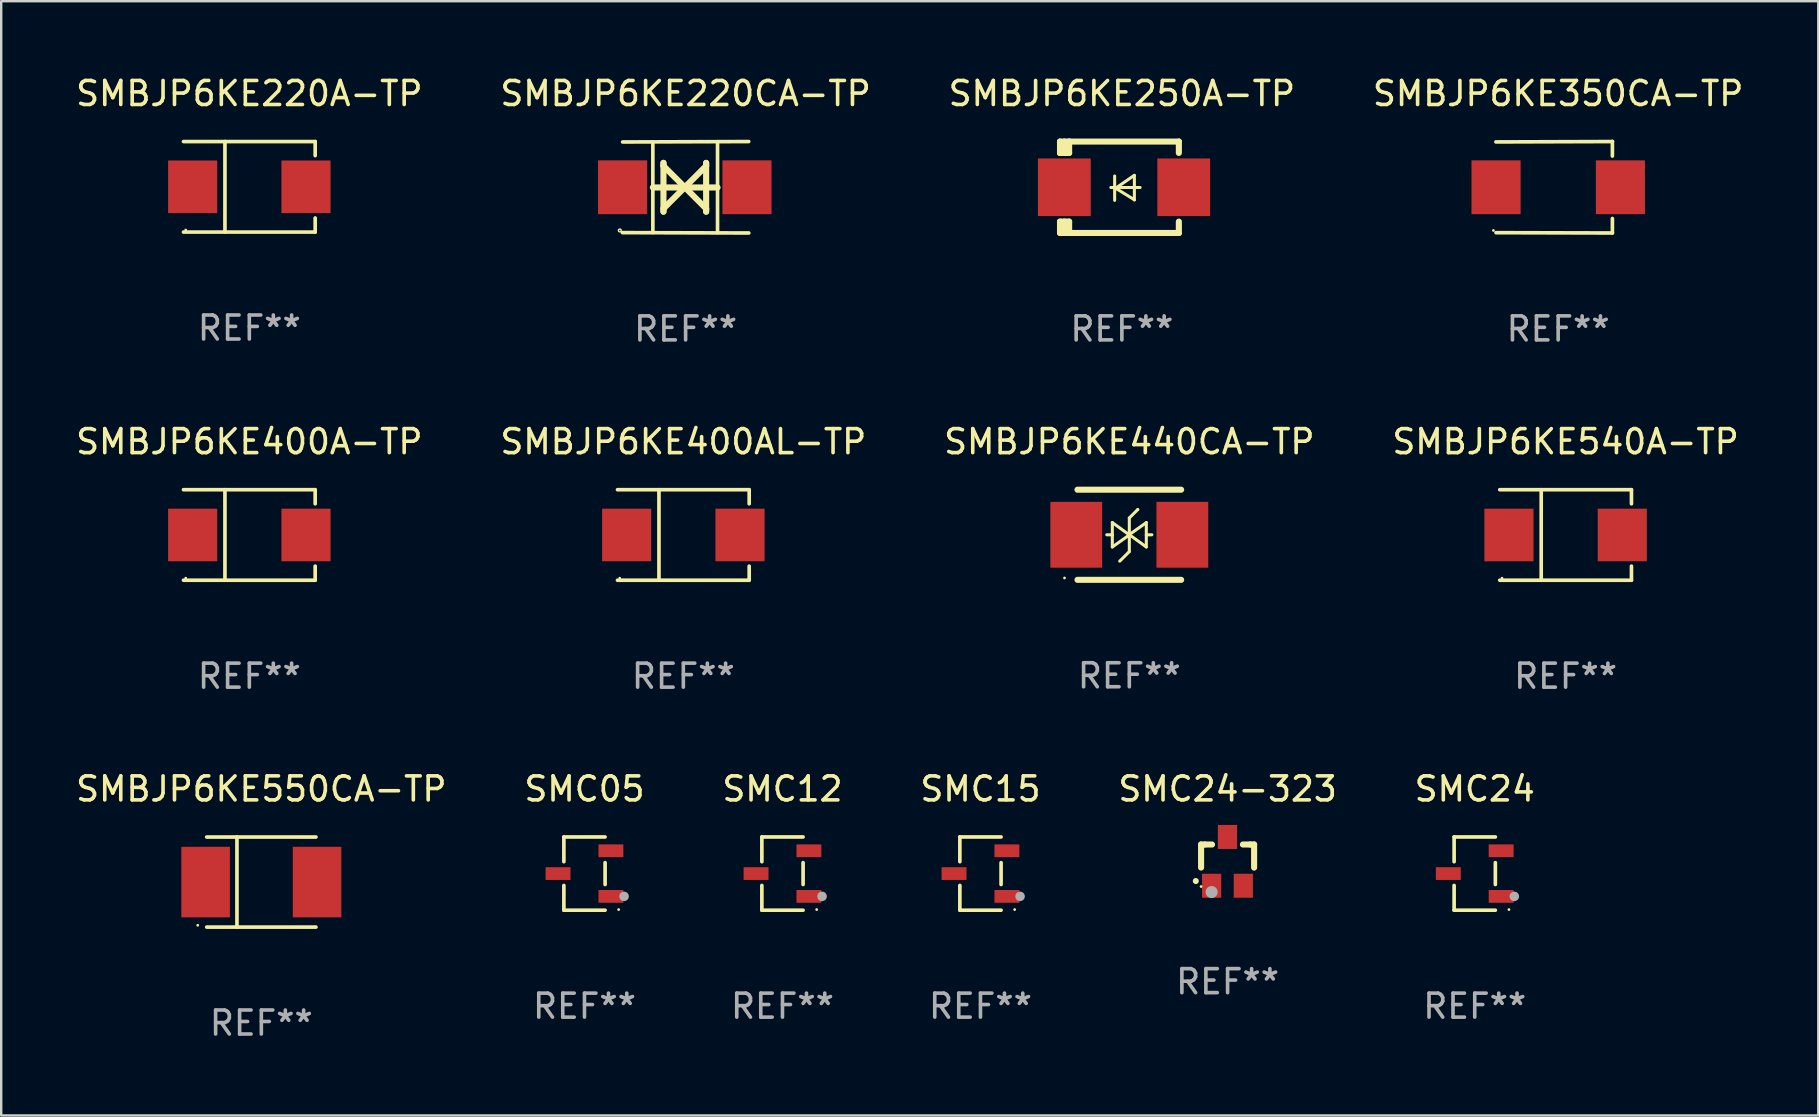
<source format=kicad_pcb>
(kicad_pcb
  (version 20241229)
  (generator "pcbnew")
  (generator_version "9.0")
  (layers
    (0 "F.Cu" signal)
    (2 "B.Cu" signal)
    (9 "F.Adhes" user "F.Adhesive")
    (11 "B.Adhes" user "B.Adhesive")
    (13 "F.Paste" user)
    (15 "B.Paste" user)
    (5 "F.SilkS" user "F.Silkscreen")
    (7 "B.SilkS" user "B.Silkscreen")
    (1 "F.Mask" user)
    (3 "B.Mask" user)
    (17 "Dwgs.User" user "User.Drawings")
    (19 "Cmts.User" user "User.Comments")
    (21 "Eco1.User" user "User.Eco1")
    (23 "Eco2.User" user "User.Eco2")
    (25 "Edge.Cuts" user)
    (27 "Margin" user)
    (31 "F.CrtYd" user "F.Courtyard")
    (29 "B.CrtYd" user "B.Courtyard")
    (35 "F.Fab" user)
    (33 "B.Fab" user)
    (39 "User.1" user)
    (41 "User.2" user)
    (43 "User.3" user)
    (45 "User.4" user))
  (footprint "SMC24"
    (layer "F.Cu")
    (at 58.399 33.35)
    (property "Reference" "SMC24" (at 0 -3.526 0) (layer "F.SilkS") (effects (font (size 1 1) (thickness 0.15))))
    (attr through_hole)
    (fp_line (start -0.859 -1.526) (end -0.859 -0.495) (stroke (width 0.152) (type solid)) (layer "F.SilkS"))
    (fp_line (start -0.859 1.526) (end -0.859 0.495) (stroke (width 0.152) (type solid)) (layer "F.SilkS"))
    (fp_line (start 0.859 -1.526) (end -0.859 -1.526) (stroke (width 0.152) (type solid)) (layer "F.SilkS"))
    (fp_line (start 0.859 -0.455) (end 0.859 0.455) (stroke (width 0.152) (type solid)) (layer "F.SilkS"))
    (fp_line (start 0.859 1.526) (end -0.859 1.526) (stroke (width 0.152) (type solid)) (layer "F.SilkS"))
    (fp_circle (center 1.425 1.5) (end 1.455 1.5) (stroke (width 0.06) (type solid)) (fill no) (layer "F.SilkS"))
    (fp_circle (center 1.65 0.95) (end 1.75 0.95) (stroke (width 0.2) (type solid)) (fill no) (layer "F.Fab"))
    (fp_text user "REF**" (at 0 5.526 0) (layer "F.Fab") (effects (font (size 1 1) (thickness 0.15))))
    (pad "1" smd rect (at 1.101 0.95) (size 1.037 0.532) (layers "F.Cu" "F.Mask" "F.Paste"))
    (pad "2" smd rect (at 1.101 -0.95) (size 1.037 0.532) (layers "F.Cu" "F.Mask" "F.Paste"))
    (pad "3" smd rect (at -1.101 0) (size 1.037 0.532) (layers "F.Cu" "F.Mask" "F.Paste")))
  (footprint "SMBJP6KE400A-TP"
    (layer "F.Cu")
    (at 7.339 19.241)
    (property "Reference" "SMBJP6KE400A-TP" (at 0 -3.886 0) (layer "F.SilkS") (effects (font (size 1 1) (thickness 0.15))))
    (attr through_hole)
    (fp_line (start -2.744 -1.886) (end 2.744 -1.886) (stroke (width 0.152) (type solid)) (layer "F.SilkS"))
    (fp_line (start -2.744 1.886) (end 2.744 1.886) (stroke (width 0.152) (type solid)) (layer "F.SilkS"))
    (fp_line (start -1.016 -1.886) (end -1.016 1.886) (stroke (width 0.152) (type solid)) (layer "F.SilkS"))
    (fp_line (start 2.744 -1.886) (end 2.744 -1.299) (stroke (width 0.152) (type solid)) (layer "F.SilkS"))
    (fp_line (start 2.744 1.886) (end 2.744 1.299) (stroke (width 0.152) (type solid)) (layer "F.SilkS"))
    (fp_circle (center -2.65 1.8) (end -2.62 1.8) (stroke (width 0.06) (type solid)) (fill no) (layer "F.SilkS"))
    (fp_text user "REF**" (at 0 5.886 0) (layer "F.Fab") (effects (font (size 1 1) (thickness 0.15))))
    (pad "1" smd rect (at -2.361 0) (size 2.047 2.192) (layers "F.Cu" "F.Mask" "F.Paste"))
    (pad "2" smd rect (at 2.361 0) (size 2.047 2.192) (layers "F.Cu" "F.Mask" "F.Paste")))
  (footprint "SMBJP6KE540A-TP"
    (layer "F.Cu")
    (at 62.185 19.241)
    (property "Reference" "SMBJP6KE540A-TP" (at 0 -3.886 0) (layer "F.SilkS") (effects (font (size 1 1) (thickness 0.15))))
    (attr through_hole)
    (fp_line (start -2.744 -1.886) (end 2.744 -1.886) (stroke (width 0.152) (type solid)) (layer "F.SilkS"))
    (fp_line (start -2.744 1.886) (end 2.744 1.886) (stroke (width 0.152) (type solid)) (layer "F.SilkS"))
    (fp_line (start -1.016 -1.886) (end -1.016 1.886) (stroke (width 0.152) (type solid)) (layer "F.SilkS"))
    (fp_line (start 2.744 -1.886) (end 2.744 -1.299) (stroke (width 0.152) (type solid)) (layer "F.SilkS"))
    (fp_line (start 2.744 1.886) (end 2.744 1.299) (stroke (width 0.152) (type solid)) (layer "F.SilkS"))
    (fp_circle (center -2.65 1.8) (end -2.62 1.8) (stroke (width 0.06) (type solid)) (fill no) (layer "F.SilkS"))
    (fp_text user "REF**" (at 0 5.886 0) (layer "F.Fab") (effects (font (size 1 1) (thickness 0.15))))
    (pad "1" smd rect (at -2.361 0) (size 2.047 2.192) (layers "F.Cu" "F.Mask" "F.Paste"))
    (pad "2" smd rect (at 2.361 0) (size 2.047 2.192) (layers "F.Cu" "F.Mask" "F.Paste")))
  (footprint "SMBJP6KE220CA-TP"
    (layer "F.Cu")
    (at 25.518 4.753)
    (property "Reference" "SMBJP6KE220CA-TP" (at 0 -3.905 0) (layer "F.SilkS") (effects (font (size 1 1) (thickness 0.15))))
    (attr through_hole)
    (fp_line (start -1.365 1.886) (end -1.365 -1.886) (stroke (width 0.152) (type solid)) (layer "F.SilkS"))
    (fp_line (start -1.365 0.008) (end 1.33 0.008) (stroke (width 0.254) (type solid)) (layer "F.SilkS"))
    (fp_line (start -0.923 -1.016) (end -0.923 1.016) (stroke (width 0.254) (type solid)) (layer "F.SilkS"))
    (fp_line (start -0.923 -0.889) (end -0.923 -1.016) (stroke (width 0.254) (type solid)) (layer "F.SilkS"))
    (fp_line (start -0.923 0.889) (end -0.034 0) (stroke (width 0.254) (type solid)) (layer "F.SilkS"))
    (fp_line (start -0.923 1.016) (end -0.923 0.889) (stroke (width 0.254) (type solid)) (layer "F.SilkS"))
    (fp_line (start -0.034 0) (end -0.923 -0.889) (stroke (width 0.254) (type solid)) (layer "F.SilkS"))
    (fp_line (start -0.034 0) (end 0.855 0.889) (stroke (width 0.254) (type solid)) (layer "F.SilkS"))
    (fp_line (start 0.855 -1.016) (end 0.855 -0.889) (stroke (width 0.254) (type solid)) (layer "F.SilkS"))
    (fp_line (start 0.855 -0.889) (end -0.034 0) (stroke (width 0.254) (type solid)) (layer "F.SilkS"))
    (fp_line (start 0.855 0.889) (end 0.855 1.016) (stroke (width 0.254) (type solid)) (layer "F.SilkS"))
    (fp_line (start 0.855 1.016) (end 0.855 -1.016) (stroke (width 0.254) (type solid)) (layer "F.SilkS"))
    (fp_line (start 1.33 1.886) (end 1.33 -1.886) (stroke (width 0.152) (type solid)) (layer "F.SilkS"))
    (fp_line (start 2.629 -1.905) (end -2.625 -1.887) (stroke (width 0.152) (type solid)) (layer "F.SilkS"))
    (fp_line (start 2.633 1.905) (end -2.633 1.89) (stroke (width 0.152) (type solid)) (layer "F.SilkS"))
    (fp_circle (center -2.741 1.8) (end -2.712 1.8) (stroke (width 0.06) (type solid)) (fill no) (layer "F.SilkS"))
    (fp_text user "REF**" (at 0 5.905 0) (layer "F.Fab") (effects (font (size 1 1) (thickness 0.15))))
    (pad "1" smd rect (at -2.625 0) (size 2.047 2.241) (layers "F.Cu" "F.Mask" "F.Paste"))
    (pad "2" smd rect (at 2.557 0) (size 2.047 2.241) (layers "F.Cu" "F.Mask" "F.Paste")))
  (footprint "SMBJP6KE400AL-TP"
    (layer "F.Cu")
    (at 25.423 19.241)
    (property "Reference" "SMBJP6KE400AL-TP" (at 0 -3.886 0) (layer "F.SilkS") (effects (font (size 1 1) (thickness 0.15))))
    (attr through_hole)
    (fp_line (start -2.744 -1.886) (end 2.744 -1.886) (stroke (width 0.152) (type solid)) (layer "F.SilkS"))
    (fp_line (start -2.744 1.886) (end 2.744 1.886) (stroke (width 0.152) (type solid)) (layer "F.SilkS"))
    (fp_line (start -1.016 -1.886) (end -1.016 1.886) (stroke (width 0.152) (type solid)) (layer "F.SilkS"))
    (fp_line (start 2.744 -1.886) (end 2.744 -1.299) (stroke (width 0.152) (type solid)) (layer "F.SilkS"))
    (fp_line (start 2.744 1.886) (end 2.744 1.299) (stroke (width 0.152) (type solid)) (layer "F.SilkS"))
    (fp_circle (center -2.65 1.8) (end -2.62 1.8) (stroke (width 0.06) (type solid)) (fill no) (layer "F.SilkS"))
    (fp_text user "REF**" (at 0 5.886 0) (layer "F.Fab") (effects (font (size 1 1) (thickness 0.15))))
    (pad "1" smd rect (at -2.361 0) (size 2.047 2.192) (layers "F.Cu" "F.Mask" "F.Paste"))
    (pad "2" smd rect (at 2.361 0) (size 2.047 2.192) (layers "F.Cu" "F.Mask" "F.Paste")))
  (footprint "SMBJP6KE550CA-TP"
    (layer "F.Cu")
    (at 7.839 33.702)
    (property "Reference" "SMBJP6KE550CA-TP" (at 0 -3.878 0) (layer "F.SilkS") (effects (font (size 1 1) (thickness 0.15))))
    (attr through_hole)
    (fp_line (start -2.276 -1.874) (end 2.276 -1.874) (stroke (width 0.152) (type solid)) (layer "F.SilkS"))
    (fp_line (start -2.276 1.878) (end 2.276 1.878) (stroke (width 0.152) (type solid)) (layer "F.SilkS"))
    (fp_line (start -1.016 -1.878) (end -1.016 1.874) (stroke (width 0.152) (type solid)) (layer "F.SilkS"))
    (fp_circle (center -2.65 1.802) (end -2.62 1.802) (stroke (width 0.06) (type solid)) (fill no) (layer "F.SilkS"))
    (fp_text user "REF**" (at 0 5.878 0) (layer "F.Fab") (effects (font (size 1 1) (thickness 0.15))))
    (pad "1" smd rect (at -2.322 0.002) (size 2.024 2.94) (layers "F.Cu" "F.Mask" "F.Paste"))
    (pad "2" smd rect (at 2.322 0.002) (size 2.024 2.94) (layers "F.Cu" "F.Mask" "F.Paste")))
  (footprint "SMBJP6KE220A-TP"
    (layer "F.Cu")
    (at 7.339 4.734)
    (property "Reference" "SMBJP6KE220A-TP" (at 0 -3.886 0) (layer "F.SilkS") (effects (font (size 1 1) (thickness 0.15))))
    (attr through_hole)
    (fp_line (start -2.744 -1.886) (end 2.744 -1.886) (stroke (width 0.152) (type solid)) (layer "F.SilkS"))
    (fp_line (start -2.744 1.886) (end 2.744 1.886) (stroke (width 0.152) (type solid)) (layer "F.SilkS"))
    (fp_line (start -1.016 -1.886) (end -1.016 1.886) (stroke (width 0.152) (type solid)) (layer "F.SilkS"))
    (fp_line (start 2.744 -1.886) (end 2.744 -1.299) (stroke (width 0.152) (type solid)) (layer "F.SilkS"))
    (fp_line (start 2.744 1.886) (end 2.744 1.299) (stroke (width 0.152) (type solid)) (layer "F.SilkS"))
    (fp_circle (center -2.65 1.8) (end -2.62 1.8) (stroke (width 0.06) (type solid)) (fill no) (layer "F.SilkS"))
    (fp_text user "REF**" (at 0 5.886 0) (layer "F.Fab") (effects (font (size 1 1) (thickness 0.15))))
    (pad "1" smd rect (at -2.361 0) (size 2.047 2.192) (layers "F.Cu" "F.Mask" "F.Paste"))
    (pad "2" smd rect (at 2.361 0) (size 2.047 2.192) (layers "F.Cu" "F.Mask" "F.Paste")))
  (footprint "SMC24-323"
    (layer "F.Cu")
    (at 48.101 32.84)
    (property "Reference" "SMC24-323" (at 0 -3.016 0) (layer "F.SilkS") (effects (font (size 1 1) (thickness 0.15))))
    (attr through_hole)
    (fp_line (start -1.105 -0.701) (end -1.105 0.259) (stroke (width 0.254) (type solid)) (layer "F.SilkS"))
    (fp_line (start -0.955 -0.701) (end -1.105 -0.701) (stroke (width 0.254) (type solid)) (layer "F.SilkS"))
    (fp_line (start -0.955 -0.701) (end -0.649 -0.701) (stroke (width 0.254) (type solid)) (layer "F.SilkS"))
    (fp_line (start 0.639 -0.701) (end 0.945 -0.701) (stroke (width 0.254) (type solid)) (layer "F.SilkS"))
    (fp_line (start 0.945 -0.701) (end 1.105 -0.701) (stroke (width 0.254) (type solid)) (layer "F.SilkS"))
    (fp_line (start 1.105 -0.701) (end 1.105 0.261) (stroke (width 0.254) (type solid)) (layer "F.SilkS"))
    (fp_arc (start -1.324994 0.82253) (mid -1.325 0.82126) (end -1.324994 0.81999) (stroke (width 0.24892) (type solid)) (layer "F.SilkS"))
    (fp_circle (center -1.105 1.05) (end -1.075 1.05) (stroke (width 0.06) (type solid)) (fill no) (layer "F.SilkS"))
    (fp_circle (center -0.665 1.28) (end -0.538 1.28) (stroke (width 0.254) (type solid)) (fill no) (layer "F.Fab"))
    (fp_text user "REF**" (at 0 5.016 0) (layer "F.Fab") (effects (font (size 1 1) (thickness 0.15))))
    (pad "1" smd rect (at -0.665 1.016) (size 0.8 1) (layers "F.Cu" "F.Mask" "F.Paste"))
    (pad "2" smd rect (at 0.655 1.016) (size 0.8 1) (layers "F.Cu" "F.Mask" "F.Paste"))
    (pad "3" smd rect (at -0.005 -1.016) (size 0.8 1) (layers "F.Cu" "F.Mask" "F.Paste")))
  (footprint "SMBJP6KE350CA-TP"
    (layer "F.Cu")
    (at 61.875 4.753)
    (property "Reference" "SMBJP6KE350CA-TP" (at 0 -3.905 0) (layer "F.SilkS") (effects (font (size 1 1) (thickness 0.15))))
    (attr through_hole)
    (fp_line (start 2.256 -1.905) (end -2.594 -1.889) (stroke (width 0.152) (type solid)) (layer "F.SilkS"))
    (fp_line (start 2.256 -1.905) (end 2.26 -1.905) (stroke (width 0.152) (type solid)) (layer "F.SilkS"))
    (fp_line (start 2.26 -1.905) (end 2.26 -1.301) (stroke (width 0.152) (type solid)) (layer "F.SilkS"))
    (fp_line (start 2.26 1.301) (end 2.26 1.905) (stroke (width 0.152) (type solid)) (layer "F.SilkS"))
    (fp_line (start 2.26 1.905) (end -2.59 1.892) (stroke (width 0.152) (type solid)) (layer "F.SilkS"))
    (fp_circle (center -2.697 1.8) (end -2.667 1.8) (stroke (width 0.06) (type solid)) (fill no) (layer "F.SilkS"))
    (fp_text user "REF**" (at 0 5.905 0) (layer "F.Fab") (effects (font (size 1 1) (thickness 0.15))))
    (pad "1" smd rect (at -2.588 0) (size 2.047 2.241) (layers "F.Cu" "F.Mask" "F.Paste"))
    (pad "2" smd rect (at 2.594 0) (size 2.047 2.241) (layers "F.Cu" "F.Mask" "F.Paste")))
  (footprint "SMC15"
    (layer "F.Cu")
    (at 37.804 33.35)
    (property "Reference" "SMC15" (at 0 -3.526 0) (layer "F.SilkS") (effects (font (size 1 1) (thickness 0.15))))
    (attr through_hole)
    (fp_line (start -0.859 -1.526) (end -0.859 -0.495) (stroke (width 0.152) (type solid)) (layer "F.SilkS"))
    (fp_line (start -0.859 1.526) (end -0.859 0.495) (stroke (width 0.152) (type solid)) (layer "F.SilkS"))
    (fp_line (start 0.859 -1.526) (end -0.859 -1.526) (stroke (width 0.152) (type solid)) (layer "F.SilkS"))
    (fp_line (start 0.859 -0.455) (end 0.859 0.455) (stroke (width 0.152) (type solid)) (layer "F.SilkS"))
    (fp_line (start 0.859 1.526) (end -0.859 1.526) (stroke (width 0.152) (type solid)) (layer "F.SilkS"))
    (fp_circle (center 1.425 1.5) (end 1.455 1.5) (stroke (width 0.06) (type solid)) (fill no) (layer "F.SilkS"))
    (fp_circle (center 1.65 0.95) (end 1.75 0.95) (stroke (width 0.2) (type solid)) (fill no) (layer "F.Fab"))
    (fp_text user "REF**" (at 0 5.526 0) (layer "F.Fab") (effects (font (size 1 1) (thickness 0.15))))
    (pad "1" smd rect (at 1.101 0.95) (size 1.037 0.532) (layers "F.Cu" "F.Mask" "F.Paste"))
    (pad "2" smd rect (at 1.101 -0.95) (size 1.037 0.532) (layers "F.Cu" "F.Mask" "F.Paste"))
    (pad "3" smd rect (at -1.101 0) (size 1.037 0.532) (layers "F.Cu" "F.Mask" "F.Paste")))
  (footprint "SMC12"
    (layer "F.Cu")
    (at 29.554 33.35)
    (property "Reference" "SMC12" (at 0 -3.526 0) (layer "F.SilkS") (effects (font (size 1 1) (thickness 0.15))))
    (attr through_hole)
    (fp_line (start -0.859 -1.526) (end -0.859 -0.495) (stroke (width 0.152) (type solid)) (layer "F.SilkS"))
    (fp_line (start -0.859 1.526) (end -0.859 0.495) (stroke (width 0.152) (type solid)) (layer "F.SilkS"))
    (fp_line (start 0.859 -1.526) (end -0.859 -1.526) (stroke (width 0.152) (type solid)) (layer "F.SilkS"))
    (fp_line (start 0.859 -0.455) (end 0.859 0.455) (stroke (width 0.152) (type solid)) (layer "F.SilkS"))
    (fp_line (start 0.859 1.526) (end -0.859 1.526) (stroke (width 0.152) (type solid)) (layer "F.SilkS"))
    (fp_circle (center 1.425 1.5) (end 1.455 1.5) (stroke (width 0.06) (type solid)) (fill no) (layer "F.SilkS"))
    (fp_circle (center 1.65 0.95) (end 1.75 0.95) (stroke (width 0.2) (type solid)) (fill no) (layer "F.Fab"))
    (fp_text user "REF**" (at 0 5.526 0) (layer "F.Fab") (effects (font (size 1 1) (thickness 0.15))))
    (pad "1" smd rect (at 1.101 0.95) (size 1.037 0.532) (layers "F.Cu" "F.Mask" "F.Paste"))
    (pad "2" smd rect (at 1.101 -0.95) (size 1.037 0.532) (layers "F.Cu" "F.Mask" "F.Paste"))
    (pad "3" smd rect (at -1.101 0) (size 1.037 0.532) (layers "F.Cu" "F.Mask" "F.Paste")))
  (footprint "SMBJP6KE440CA-TP"
    (layer "F.Cu")
    (at 44.006 19.233)
    (property "Reference" "SMBJP6KE440CA-TP" (at 0 -3.878 0) (layer "F.SilkS") (effects (font (size 1 1) (thickness 0.15))))
    (attr through_hole)
    (fp_line (start -2.159 -1.878) (end 2.159 -1.878) (stroke (width 0.254) (type solid)) (layer "F.SilkS"))
    (fp_line (start -0.716 0) (end -0.94 0) (stroke (width 0.127) (type solid)) (layer "F.SilkS"))
    (fp_line (start -0.708 -0.508) (end -0.708 0.508) (stroke (width 0.127) (type solid)) (layer "F.SilkS"))
    (fp_line (start -0.708 -0.508) (end 0 0.003) (stroke (width 0.127) (type solid)) (layer "F.SilkS"))
    (fp_line (start -0.708 0.008) (end -0.716 0) (stroke (width 0.127) (type solid)) (layer "F.SilkS"))
    (fp_line (start -0.708 0.508) (end 0 0.007) (stroke (width 0.127) (type solid)) (layer "F.SilkS"))
    (fp_line (start 0 -0.7) (end 0 0.7) (stroke (width 0.127) (type solid)) (layer "F.SilkS"))
    (fp_line (start 0 -0.7) (end 0.35 -1.05) (stroke (width 0.127) (type solid)) (layer "F.SilkS"))
    (fp_line (start 0 0.7) (end -0.4 1.1) (stroke (width 0.127) (type solid)) (layer "F.SilkS"))
    (fp_line (start 0.35 -1.05) (end 0.35 -1.05) (stroke (width 0.127) (type solid)) (layer "F.SilkS"))
    (fp_line (start 0.708 0.008) (end 0.716 0) (stroke (width 0.127) (type solid)) (layer "F.SilkS"))
    (fp_line (start 0.708 0.508) (end 0.708 -0.508) (stroke (width 0.127) (type solid)) (layer "F.SilkS"))
    (fp_line (start 0.708 -0.508) (end 0 -0.007) (stroke (width 0.127) (type solid)) (layer "F.SilkS"))
    (fp_line (start 0.708 0.508) (end 0 -0.003) (stroke (width 0.127) (type solid)) (layer "F.SilkS"))
    (fp_line (start 0.716 0) (end 0.94 0) (stroke (width 0.127) (type solid)) (layer "F.SilkS"))
    (fp_line (start 2.159 1.878) (end -2.159 1.878) (stroke (width 0.254) (type solid)) (layer "F.SilkS"))
    (fp_circle (center -2.7 1.8) (end -2.67 1.8) (stroke (width 0.06) (type solid)) (fill no) (layer "F.SilkS"))
    (fp_text user "REF**" (at 0 5.878 0) (layer "F.Fab") (effects (font (size 1 1) (thickness 0.15))))
    (pad "1" smd rect (at -2.21 0) (size 2.159 2.743) (layers "F.Cu" "F.Mask" "F.Paste"))
    (pad "2" smd rect (at 2.21 0) (size 2.159 2.743) (layers "F.Cu" "F.Mask" "F.Paste")))
  (footprint "SMC05"
    (layer "F.Cu")
    (at 21.304 33.35)
    (property "Reference" "SMC05" (at 0 -3.526 0) (layer "F.SilkS") (effects (font (size 1 1) (thickness 0.15))))
    (attr through_hole)
    (fp_line (start -0.859 -1.526) (end -0.859 -0.495) (stroke (width 0.152) (type solid)) (layer "F.SilkS"))
    (fp_line (start -0.859 1.526) (end -0.859 0.495) (stroke (width 0.152) (type solid)) (layer "F.SilkS"))
    (fp_line (start 0.859 -1.526) (end -0.859 -1.526) (stroke (width 0.152) (type solid)) (layer "F.SilkS"))
    (fp_line (start 0.859 -0.455) (end 0.859 0.455) (stroke (width 0.152) (type solid)) (layer "F.SilkS"))
    (fp_line (start 0.859 1.526) (end -0.859 1.526) (stroke (width 0.152) (type solid)) (layer "F.SilkS"))
    (fp_circle (center 1.425 1.5) (end 1.455 1.5) (stroke (width 0.06) (type solid)) (fill no) (layer "F.SilkS"))
    (fp_circle (center 1.65 0.95) (end 1.75 0.95) (stroke (width 0.2) (type solid)) (fill no) (layer "F.Fab"))
    (fp_text user "REF**" (at 0 5.526 0) (layer "F.Fab") (effects (font (size 1 1) (thickness 0.15))))
    (pad "1" smd rect (at 1.101 0.95) (size 1.037 0.532) (layers "F.Cu" "F.Mask" "F.Paste"))
    (pad "2" smd rect (at 1.101 -0.95) (size 1.037 0.532) (layers "F.Cu" "F.Mask" "F.Paste"))
    (pad "3" smd rect (at -1.101 0) (size 1.037 0.532) (layers "F.Cu" "F.Mask" "F.Paste")))
  (footprint "SMBJP6KE250A-TP"
    (layer "F.Cu")
    (at 43.696 4.753)
    (property "Reference" "SMBJP6KE250A-TP" (at 0 -3.905 0) (layer "F.SilkS") (effects (font (size 1 1) (thickness 0.15))))
    (attr through_hole)
    (fp_line (start -2.577 -1.905) (end -2.577 -1.431) (stroke (width 0.254) (type solid)) (layer "F.SilkS"))
    (fp_line (start -2.577 1.431) (end -2.577 1.905) (stroke (width 0.254) (type solid)) (layer "F.SilkS"))
    (fp_line (start -2.577 1.431) (end -2.198 1.431) (stroke (width 0.254) (type solid)) (layer "F.SilkS"))
    (fp_line (start -2.577 1.905) (end -2.198 1.905) (stroke (width 0.254) (type solid)) (layer "F.SilkS"))
    (fp_line (start -2.577 -1.431) (end -2.577 -1.431) (stroke (width 0.254) (type solid)) (layer "F.SilkS"))
    (fp_line (start -2.395 -1.431) (end -2.395 -1.905) (stroke (width 0.254) (type solid)) (layer "F.SilkS"))
    (fp_line (start -2.395 1.905) (end -2.395 1.431) (stroke (width 0.254) (type solid)) (layer "F.SilkS"))
    (fp_line (start -2.198 -1.905) (end -2.577 -1.905) (stroke (width 0.254) (type solid)) (layer "F.SilkS"))
    (fp_line (start -2.198 -1.905) (end 2.374 -1.905) (stroke (width 0.254) (type solid)) (layer "F.SilkS"))
    (fp_line (start -2.198 -1.431) (end -2.577 -1.431) (stroke (width 0.254) (type solid)) (layer "F.SilkS"))
    (fp_line (start -2.198 -1.431) (end -2.198 -1.905) (stroke (width 0.254) (type solid)) (layer "F.SilkS"))
    (fp_line (start -2.198 1.905) (end -2.198 1.431) (stroke (width 0.254) (type solid)) (layer "F.SilkS"))
    (fp_line (start -0.46 0.01) (end 0.759 0.01) (stroke (width 0.127) (type solid)) (layer "F.SilkS"))
    (fp_line (start -0.301 -0.47) (end -0.301 0.546) (stroke (width 0.127) (type solid)) (layer "F.SilkS"))
    (fp_line (start -0.262 0.04) (end 0.521 0.52) (stroke (width 0.127) (type solid)) (layer "F.SilkS"))
    (fp_line (start 0.521 -0.5) (end -0.262 0.04) (stroke (width 0.127) (type solid)) (layer "F.SilkS"))
    (fp_line (start 0.521 0.53) (end 0.521 -0.486) (stroke (width 0.127) (type solid)) (layer "F.SilkS"))
    (fp_line (start 2.374 -1.905) (end 2.374 -1.431) (stroke (width 0.254) (type solid)) (layer "F.SilkS"))
    (fp_line (start 2.374 1.431) (end 2.374 1.905) (stroke (width 0.254) (type solid)) (layer "F.SilkS"))
    (fp_line (start 2.374 1.905) (end -2.198 1.905) (stroke (width 0.254) (type solid)) (layer "F.SilkS"))
    (fp_circle (center -2.561 1.8) (end -2.531 1.8) (stroke (width 0.06) (type solid)) (fill no) (layer "F.SilkS"))
    (fp_text user "REF**" (at 0 5.905 0) (layer "F.Fab") (effects (font (size 1 1) (thickness 0.15))))
    (pad "1" smd rect (at -2.398 -0.000025) (size 2.2 2.4) (layers "F.Cu" "F.Mask" "F.Paste"))
    (pad "2" smd rect (at 2.577 -0.000025) (size 2.2 2.4) (layers "F.Cu" "F.Mask" "F.Paste")))
  (gr_rect
    (start -3 -3)
    (end 72.714 43.428)
    (stroke (width 0.1) (type default))
    (fill no)
    (layer "Edge.Cuts")))
</source>
